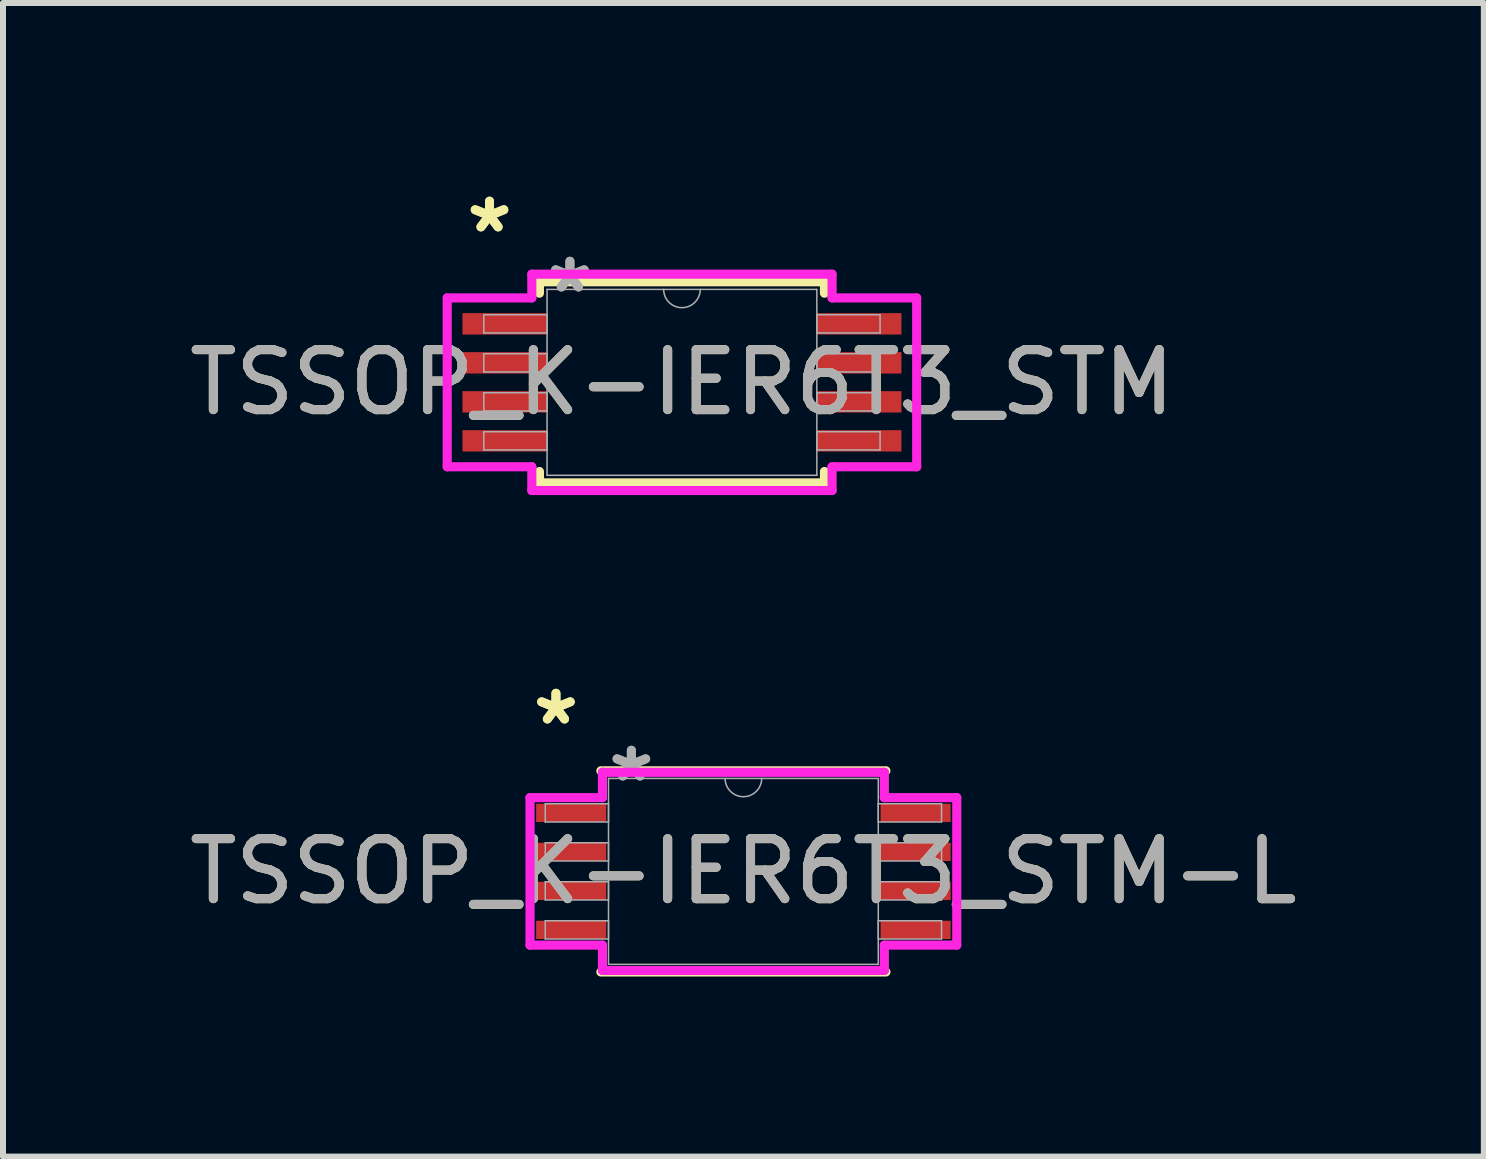
<source format=kicad_pcb>
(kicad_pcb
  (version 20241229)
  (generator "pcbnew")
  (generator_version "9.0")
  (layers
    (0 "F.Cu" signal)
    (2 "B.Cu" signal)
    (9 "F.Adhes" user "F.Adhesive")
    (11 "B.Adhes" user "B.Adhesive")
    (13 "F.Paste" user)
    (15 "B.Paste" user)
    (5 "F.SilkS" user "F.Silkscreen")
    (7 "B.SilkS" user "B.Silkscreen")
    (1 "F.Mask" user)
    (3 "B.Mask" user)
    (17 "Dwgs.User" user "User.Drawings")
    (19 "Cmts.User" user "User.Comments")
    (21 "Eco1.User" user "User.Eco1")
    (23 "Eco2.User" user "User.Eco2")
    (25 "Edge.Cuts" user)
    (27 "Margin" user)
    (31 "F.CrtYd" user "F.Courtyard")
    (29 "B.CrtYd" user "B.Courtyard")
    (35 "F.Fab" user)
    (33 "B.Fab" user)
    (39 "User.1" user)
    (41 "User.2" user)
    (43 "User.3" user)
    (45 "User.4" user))
  (footprint "TSSOP_K-IER6T3_STM-L"
    (layer "F.Cu")
    (at 9.339 11.472)
    (property "Reference" "TSSOP_K-IER6T3_STM-L" (at 0 0 0) (unlocked yes) (layer "F.SilkS") (effects (font (size 1 1) (thickness 0.15))))
    (attr smd)
    (fp_line (start -2.375 1.676) (end 2.375 1.676) (stroke (width 0.152) (type solid)) (layer "F.SilkS"))
    (fp_line (start 2.375 -1.676) (end -2.375 -1.676) (stroke (width 0.152) (type solid)) (layer "F.SilkS"))
    (fp_line (start -3.556 -1.229) (end -2.349 -1.229) (stroke (width 0.152) (type solid)) (layer "F.CrtYd"))
    (fp_line (start -3.556 1.229) (end -3.556 -1.229) (stroke (width 0.152) (type solid)) (layer "F.CrtYd"))
    (fp_line (start -3.556 1.229) (end -2.349 1.229) (stroke (width 0.152) (type solid)) (layer "F.CrtYd"))
    (fp_line (start -2.349 -1.651) (end 2.349 -1.651) (stroke (width 0.152) (type solid)) (layer "F.CrtYd"))
    (fp_line (start -2.349 -1.229) (end -2.349 -1.651) (stroke (width 0.152) (type solid)) (layer "F.CrtYd"))
    (fp_line (start -2.349 1.651) (end -2.349 1.229) (stroke (width 0.152) (type solid)) (layer "F.CrtYd"))
    (fp_line (start 2.349 -1.651) (end 2.349 -1.229) (stroke (width 0.152) (type solid)) (layer "F.CrtYd"))
    (fp_line (start 2.349 1.229) (end 2.349 1.651) (stroke (width 0.152) (type solid)) (layer "F.CrtYd"))
    (fp_line (start 2.349 1.651) (end -2.349 1.651) (stroke (width 0.152) (type solid)) (layer "F.CrtYd"))
    (fp_line (start 3.556 -1.229) (end 2.349 -1.229) (stroke (width 0.152) (type solid)) (layer "F.CrtYd"))
    (fp_line (start 3.556 -1.229) (end 3.556 1.229) (stroke (width 0.152) (type solid)) (layer "F.CrtYd"))
    (fp_line (start 3.556 1.229) (end 2.349 1.229) (stroke (width 0.152) (type solid)) (layer "F.CrtYd"))
    (fp_line (start -3.302 -1.127) (end -3.302 -0.823) (stroke (width 0.025) (type solid)) (layer "F.Fab"))
    (fp_line (start -3.302 -0.823) (end -2.248 -0.823) (stroke (width 0.025) (type solid)) (layer "F.Fab"))
    (fp_line (start -3.302 -0.477) (end -3.302 -0.173) (stroke (width 0.025) (type solid)) (layer "F.Fab"))
    (fp_line (start -3.302 -0.173) (end -2.248 -0.173) (stroke (width 0.025) (type solid)) (layer "F.Fab"))
    (fp_line (start -3.302 0.173) (end -3.302 0.477) (stroke (width 0.025) (type solid)) (layer "F.Fab"))
    (fp_line (start -3.302 0.477) (end -2.248 0.477) (stroke (width 0.025) (type solid)) (layer "F.Fab"))
    (fp_line (start -3.302 0.823) (end -3.302 1.127) (stroke (width 0.025) (type solid)) (layer "F.Fab"))
    (fp_line (start -3.302 1.127) (end -2.248 1.127) (stroke (width 0.025) (type solid)) (layer "F.Fab"))
    (fp_line (start -2.248 -1.549) (end -2.248 1.549) (stroke (width 0.025) (type solid)) (layer "F.Fab"))
    (fp_line (start -2.248 -1.127) (end -3.302 -1.127) (stroke (width 0.025) (type solid)) (layer "F.Fab"))
    (fp_line (start -2.248 -0.823) (end -2.248 -1.127) (stroke (width 0.025) (type solid)) (layer "F.Fab"))
    (fp_line (start -2.248 -0.477) (end -3.302 -0.477) (stroke (width 0.025) (type solid)) (layer "F.Fab"))
    (fp_line (start -2.248 -0.173) (end -2.248 -0.477) (stroke (width 0.025) (type solid)) (layer "F.Fab"))
    (fp_line (start -2.248 0.173) (end -3.302 0.173) (stroke (width 0.025) (type solid)) (layer "F.Fab"))
    (fp_line (start -2.248 0.477) (end -2.248 0.173) (stroke (width 0.025) (type solid)) (layer "F.Fab"))
    (fp_line (start -2.248 0.823) (end -3.302 0.823) (stroke (width 0.025) (type solid)) (layer "F.Fab"))
    (fp_line (start -2.248 1.127) (end -2.248 0.823) (stroke (width 0.025) (type solid)) (layer "F.Fab"))
    (fp_line (start -2.248 1.549) (end 2.248 1.549) (stroke (width 0.025) (type solid)) (layer "F.Fab"))
    (fp_line (start 2.248 -1.549) (end -2.248 -1.549) (stroke (width 0.025) (type solid)) (layer "F.Fab"))
    (fp_line (start 2.248 -1.127) (end 2.248 -0.823) (stroke (width 0.025) (type solid)) (layer "F.Fab"))
    (fp_line (start 2.248 -0.823) (end 3.302 -0.823) (stroke (width 0.025) (type solid)) (layer "F.Fab"))
    (fp_line (start 2.248 -0.477) (end 2.248 -0.173) (stroke (width 0.025) (type solid)) (layer "F.Fab"))
    (fp_line (start 2.248 -0.173) (end 3.302 -0.173) (stroke (width 0.025) (type solid)) (layer "F.Fab"))
    (fp_line (start 2.248 0.173) (end 2.248 0.477) (stroke (width 0.025) (type solid)) (layer "F.Fab"))
    (fp_line (start 2.248 0.477) (end 3.302 0.477) (stroke (width 0.025) (type solid)) (layer "F.Fab"))
    (fp_line (start 2.248 0.823) (end 2.248 1.127) (stroke (width 0.025) (type solid)) (layer "F.Fab"))
    (fp_line (start 2.248 1.127) (end 3.302 1.127) (stroke (width 0.025) (type solid)) (layer "F.Fab"))
    (fp_line (start 2.248 1.549) (end 2.248 -1.549) (stroke (width 0.025) (type solid)) (layer "F.Fab"))
    (fp_line (start 3.302 -1.127) (end 2.248 -1.127) (stroke (width 0.025) (type solid)) (layer "F.Fab"))
    (fp_line (start 3.302 -0.823) (end 3.302 -1.127) (stroke (width 0.025) (type solid)) (layer "F.Fab"))
    (fp_line (start 3.302 -0.477) (end 2.248 -0.477) (stroke (width 0.025) (type solid)) (layer "F.Fab"))
    (fp_line (start 3.302 -0.173) (end 3.302 -0.477) (stroke (width 0.025) (type solid)) (layer "F.Fab"))
    (fp_line (start 3.302 0.173) (end 2.248 0.173) (stroke (width 0.025) (type solid)) (layer "F.Fab"))
    (fp_line (start 3.302 0.477) (end 3.302 0.173) (stroke (width 0.025) (type solid)) (layer "F.Fab"))
    (fp_line (start 3.302 0.823) (end 2.248 0.823) (stroke (width 0.025) (type solid)) (layer "F.Fab"))
    (fp_line (start 3.302 1.127) (end 3.302 0.823) (stroke (width 0.025) (type solid)) (layer "F.Fab"))
    (fp_arc (start 0.3048 -1.5494) (mid 0 -1.2446) (end -0.3048 -1.5494) (stroke (width 0.0254) (type solid)) (layer "F.Fab"))
    (fp_text user "*" (at -3.124 -2.423 0) (unlocked yes) (layer "F.SilkS") (effects (font (size 1 1) (thickness 0.15))))
    (fp_text user "*" (at -3.124 -2.423 0) (layer "F.SilkS") (effects (font (size 1 1) (thickness 0.15))))
    (fp_text user "${REFERENCE}" (at 0 0 0) (unlocked yes) (layer "F.Fab") (effects (font (size 1 1) (thickness 0.15))))
    (fp_text user "*" (at -1.867 -1.473 0) (layer "F.Fab") (effects (font (size 1 1) (thickness 0.15))))
    (fp_text user "*" (at -1.867 -1.473 0) (unlocked yes) (layer "F.Fab") (effects (font (size 1 1) (thickness 0.15))))
    (pad "1" smd rect (at -2.87 -0.975) (size 1.168 0.305) (layers "F.Cu" "F.Mask" "F.Paste"))
    (pad "2" smd rect (at -2.87 -0.325) (size 1.168 0.305) (layers "F.Cu" "F.Mask" "F.Paste"))
    (pad "3" smd rect (at -2.87 0.325) (size 1.168 0.305) (layers "F.Cu" "F.Mask" "F.Paste"))
    (pad "4" smd rect (at -2.87 0.975) (size 1.168 0.305) (layers "F.Cu" "F.Mask" "F.Paste"))
    (pad "5" smd rect (at 2.87 0.975) (size 1.168 0.305) (layers "F.Cu" "F.Mask" "F.Paste"))
    (pad "6" smd rect (at 2.87 0.325) (size 1.168 0.305) (layers "F.Cu" "F.Mask" "F.Paste"))
    (pad "7" smd rect (at 2.87 -0.325) (size 1.168 0.305) (layers "F.Cu" "F.Mask" "F.Paste"))
    (pad "8" smd rect (at 2.87 -0.975) (size 1.168 0.305) (layers "F.Cu" "F.Mask" "F.Paste")))
  (footprint "TSSOP_K-IER6T3_STM"
    (layer "F.Cu")
    (at 8.315 3.322)
    (property "Reference" "TSSOP_K-IER6T3_STM" (at 0 0 0) (unlocked yes) (layer "F.SilkS") (effects (font (size 1 1) (thickness 0.15))))
    (attr smd)
    (fp_line (start -2.375 -1.676) (end -2.375 -1.486) (stroke (width 0.152) (type solid)) (layer "F.SilkS"))
    (fp_line (start -2.375 1.486) (end -2.375 1.676) (stroke (width 0.152) (type solid)) (layer "F.SilkS"))
    (fp_line (start -2.375 1.676) (end 2.375 1.676) (stroke (width 0.152) (type solid)) (layer "F.SilkS"))
    (fp_line (start 2.375 -1.676) (end -2.375 -1.676) (stroke (width 0.152) (type solid)) (layer "F.SilkS"))
    (fp_line (start 2.375 -1.486) (end 2.375 -1.676) (stroke (width 0.152) (type solid)) (layer "F.SilkS"))
    (fp_line (start 2.375 1.676) (end 2.375 1.486) (stroke (width 0.152) (type solid)) (layer "F.SilkS"))
    (fp_line (start -3.912 -1.407) (end -2.502 -1.407) (stroke (width 0.152) (type solid)) (layer "F.CrtYd"))
    (fp_line (start -3.912 1.407) (end -3.912 -1.407) (stroke (width 0.152) (type solid)) (layer "F.CrtYd"))
    (fp_line (start -3.912 1.407) (end -2.502 1.407) (stroke (width 0.152) (type solid)) (layer "F.CrtYd"))
    (fp_line (start -2.502 -1.803) (end 2.502 -1.803) (stroke (width 0.152) (type solid)) (layer "F.CrtYd"))
    (fp_line (start -2.502 -1.407) (end -2.502 -1.803) (stroke (width 0.152) (type solid)) (layer "F.CrtYd"))
    (fp_line (start -2.502 1.803) (end -2.502 1.407) (stroke (width 0.152) (type solid)) (layer "F.CrtYd"))
    (fp_line (start 2.502 -1.803) (end 2.502 -1.407) (stroke (width 0.152) (type solid)) (layer "F.CrtYd"))
    (fp_line (start 2.502 1.407) (end 2.502 1.803) (stroke (width 0.152) (type solid)) (layer "F.CrtYd"))
    (fp_line (start 2.502 1.803) (end -2.502 1.803) (stroke (width 0.152) (type solid)) (layer "F.CrtYd"))
    (fp_line (start 3.912 -1.407) (end 2.502 -1.407) (stroke (width 0.152) (type solid)) (layer "F.CrtYd"))
    (fp_line (start 3.912 -1.407) (end 3.912 1.407) (stroke (width 0.152) (type solid)) (layer "F.CrtYd"))
    (fp_line (start 3.912 1.407) (end 2.502 1.407) (stroke (width 0.152) (type solid)) (layer "F.CrtYd"))
    (fp_line (start -3.302 -1.127) (end -3.302 -0.823) (stroke (width 0.025) (type solid)) (layer "F.Fab"))
    (fp_line (start -3.302 -0.823) (end -2.248 -0.823) (stroke (width 0.025) (type solid)) (layer "F.Fab"))
    (fp_line (start -3.302 -0.477) (end -3.302 -0.173) (stroke (width 0.025) (type solid)) (layer "F.Fab"))
    (fp_line (start -3.302 -0.173) (end -2.248 -0.173) (stroke (width 0.025) (type solid)) (layer "F.Fab"))
    (fp_line (start -3.302 0.173) (end -3.302 0.477) (stroke (width 0.025) (type solid)) (layer "F.Fab"))
    (fp_line (start -3.302 0.477) (end -2.248 0.477) (stroke (width 0.025) (type solid)) (layer "F.Fab"))
    (fp_line (start -3.302 0.823) (end -3.302 1.127) (stroke (width 0.025) (type solid)) (layer "F.Fab"))
    (fp_line (start -3.302 1.127) (end -2.248 1.127) (stroke (width 0.025) (type solid)) (layer "F.Fab"))
    (fp_line (start -2.248 -1.549) (end -2.248 1.549) (stroke (width 0.025) (type solid)) (layer "F.Fab"))
    (fp_line (start -2.248 -1.127) (end -3.302 -1.127) (stroke (width 0.025) (type solid)) (layer "F.Fab"))
    (fp_line (start -2.248 -0.823) (end -2.248 -1.127) (stroke (width 0.025) (type solid)) (layer "F.Fab"))
    (fp_line (start -2.248 -0.477) (end -3.302 -0.477) (stroke (width 0.025) (type solid)) (layer "F.Fab"))
    (fp_line (start -2.248 -0.173) (end -2.248 -0.477) (stroke (width 0.025) (type solid)) (layer "F.Fab"))
    (fp_line (start -2.248 0.173) (end -3.302 0.173) (stroke (width 0.025) (type solid)) (layer "F.Fab"))
    (fp_line (start -2.248 0.477) (end -2.248 0.173) (stroke (width 0.025) (type solid)) (layer "F.Fab"))
    (fp_line (start -2.248 0.823) (end -3.302 0.823) (stroke (width 0.025) (type solid)) (layer "F.Fab"))
    (fp_line (start -2.248 1.127) (end -2.248 0.823) (stroke (width 0.025) (type solid)) (layer "F.Fab"))
    (fp_line (start -2.248 1.549) (end 2.248 1.549) (stroke (width 0.025) (type solid)) (layer "F.Fab"))
    (fp_line (start 2.248 -1.549) (end -2.248 -1.549) (stroke (width 0.025) (type solid)) (layer "F.Fab"))
    (fp_line (start 2.248 -1.127) (end 2.248 -0.823) (stroke (width 0.025) (type solid)) (layer "F.Fab"))
    (fp_line (start 2.248 -0.823) (end 3.302 -0.823) (stroke (width 0.025) (type solid)) (layer "F.Fab"))
    (fp_line (start 2.248 -0.477) (end 2.248 -0.173) (stroke (width 0.025) (type solid)) (layer "F.Fab"))
    (fp_line (start 2.248 -0.173) (end 3.302 -0.173) (stroke (width 0.025) (type solid)) (layer "F.Fab"))
    (fp_line (start 2.248 0.173) (end 2.248 0.477) (stroke (width 0.025) (type solid)) (layer "F.Fab"))
    (fp_line (start 2.248 0.477) (end 3.302 0.477) (stroke (width 0.025) (type solid)) (layer "F.Fab"))
    (fp_line (start 2.248 0.823) (end 2.248 1.127) (stroke (width 0.025) (type solid)) (layer "F.Fab"))
    (fp_line (start 2.248 1.127) (end 3.302 1.127) (stroke (width 0.025) (type solid)) (layer "F.Fab"))
    (fp_line (start 2.248 1.549) (end 2.248 -1.549) (stroke (width 0.025) (type solid)) (layer "F.Fab"))
    (fp_line (start 3.302 -1.127) (end 2.248 -1.127) (stroke (width 0.025) (type solid)) (layer "F.Fab"))
    (fp_line (start 3.302 -0.823) (end 3.302 -1.127) (stroke (width 0.025) (type solid)) (layer "F.Fab"))
    (fp_line (start 3.302 -0.477) (end 2.248 -0.477) (stroke (width 0.025) (type solid)) (layer "F.Fab"))
    (fp_line (start 3.302 -0.173) (end 3.302 -0.477) (stroke (width 0.025) (type solid)) (layer "F.Fab"))
    (fp_line (start 3.302 0.173) (end 2.248 0.173) (stroke (width 0.025) (type solid)) (layer "F.Fab"))
    (fp_line (start 3.302 0.477) (end 3.302 0.173) (stroke (width 0.025) (type solid)) (layer "F.Fab"))
    (fp_line (start 3.302 0.823) (end 2.248 0.823) (stroke (width 0.025) (type solid)) (layer "F.Fab"))
    (fp_line (start 3.302 1.127) (end 3.302 0.823) (stroke (width 0.025) (type solid)) (layer "F.Fab"))
    (fp_arc (start 0.3048 -1.5494) (mid 0 -1.2446) (end -0.3048 -1.5494) (stroke (width 0.0254) (type solid)) (layer "F.Fab"))
    (fp_text user "*" (at -3.207 -2.474 0) (unlocked yes) (layer "F.SilkS") (effects (font (size 1 1) (thickness 0.15))))
    (fp_text user "*" (at -3.207 -2.474 0) (layer "F.SilkS") (effects (font (size 1 1) (thickness 0.15))))
    (fp_text user "*" (at -1.867 -1.473 0) (unlocked yes) (layer "F.Fab") (effects (font (size 1 1) (thickness 0.15))))
    (fp_text user "${REFERENCE}" (at 0 0 0) (unlocked yes) (layer "F.Fab") (effects (font (size 1 1) (thickness 0.15))))
    (fp_text user "*" (at -1.867 -1.473 0) (layer "F.Fab") (effects (font (size 1 1) (thickness 0.15))))
    (pad "1" smd rect (at -2.953 -0.975) (size 1.41 0.356) (layers "F.Cu" "F.Mask" "F.Paste"))
    (pad "2" smd rect (at -2.953 -0.325) (size 1.41 0.356) (layers "F.Cu" "F.Mask" "F.Paste"))
    (pad "3" smd rect (at -2.953 0.325) (size 1.41 0.356) (layers "F.Cu" "F.Mask" "F.Paste"))
    (pad "4" smd rect (at -2.953 0.975) (size 1.41 0.356) (layers "F.Cu" "F.Mask" "F.Paste"))
    (pad "5" smd rect (at 2.953 0.975) (size 1.41 0.356) (layers "F.Cu" "F.Mask" "F.Paste"))
    (pad "6" smd rect (at 2.953 0.325) (size 1.41 0.356) (layers "F.Cu" "F.Mask" "F.Paste"))
    (pad "7" smd rect (at 2.953 -0.325) (size 1.41 0.356) (layers "F.Cu" "F.Mask" "F.Paste"))
    (pad "8" smd rect (at 2.953 -0.975) (size 1.41 0.356) (layers "F.Cu" "F.Mask" "F.Paste")))
  (gr_rect
    (start -3 -3)
    (end 21.679 16.225)
    (stroke (width 0.1) (type default))
    (fill no)
    (layer "Edge.Cuts")))
</source>
